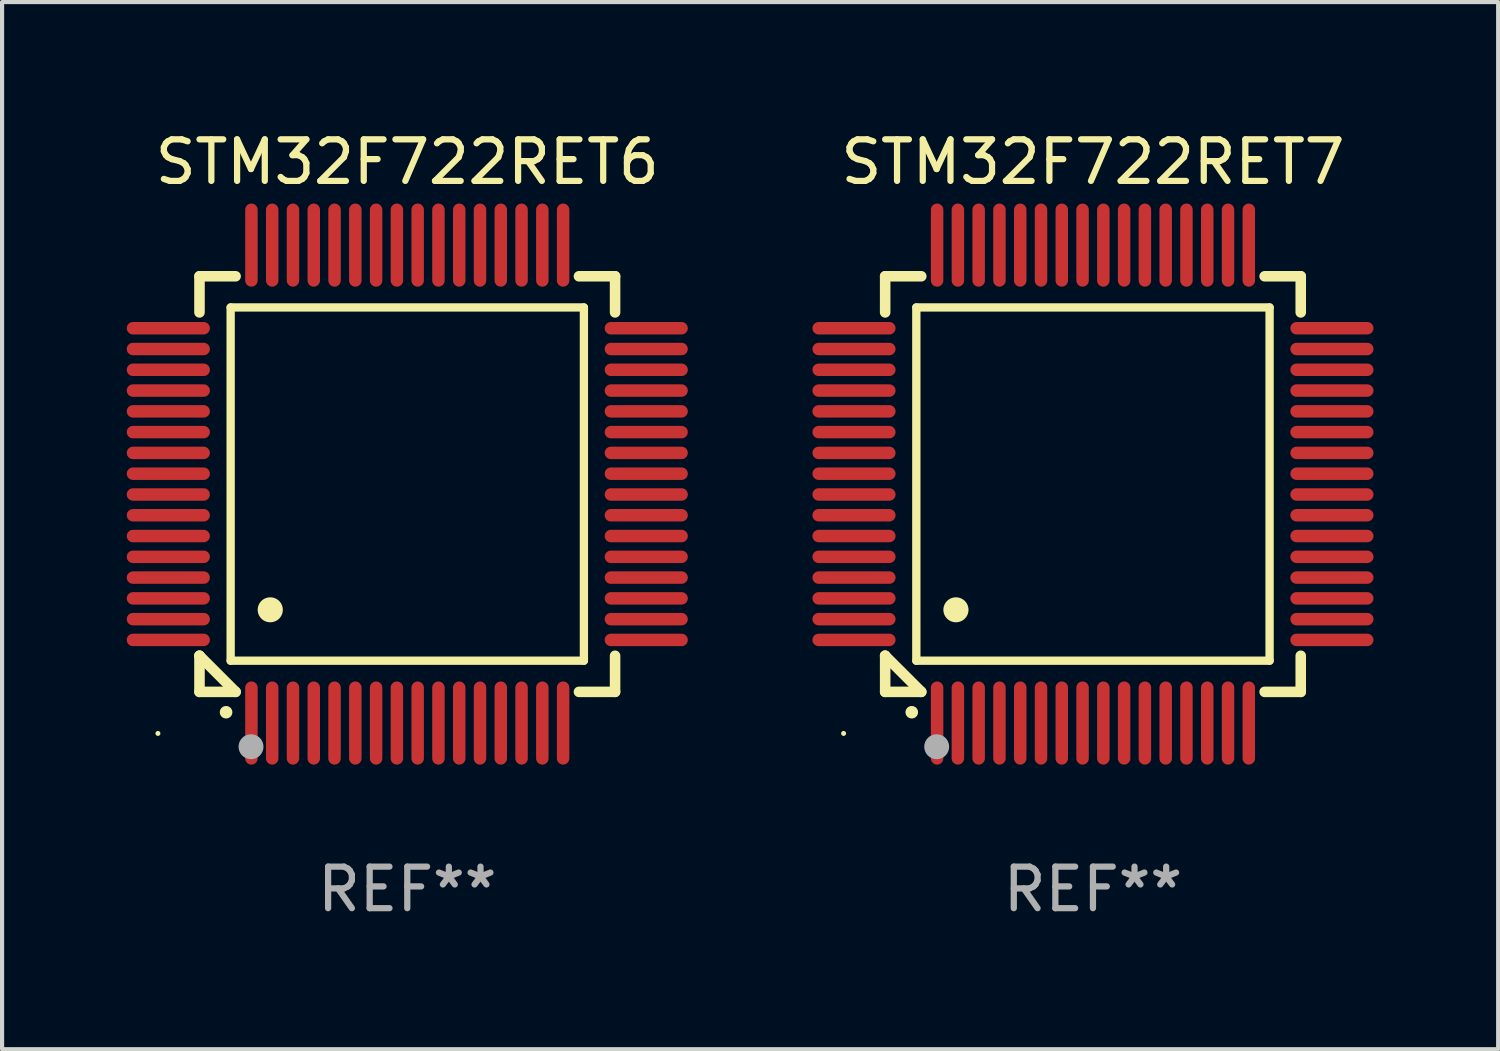
<source format=kicad_pcb>
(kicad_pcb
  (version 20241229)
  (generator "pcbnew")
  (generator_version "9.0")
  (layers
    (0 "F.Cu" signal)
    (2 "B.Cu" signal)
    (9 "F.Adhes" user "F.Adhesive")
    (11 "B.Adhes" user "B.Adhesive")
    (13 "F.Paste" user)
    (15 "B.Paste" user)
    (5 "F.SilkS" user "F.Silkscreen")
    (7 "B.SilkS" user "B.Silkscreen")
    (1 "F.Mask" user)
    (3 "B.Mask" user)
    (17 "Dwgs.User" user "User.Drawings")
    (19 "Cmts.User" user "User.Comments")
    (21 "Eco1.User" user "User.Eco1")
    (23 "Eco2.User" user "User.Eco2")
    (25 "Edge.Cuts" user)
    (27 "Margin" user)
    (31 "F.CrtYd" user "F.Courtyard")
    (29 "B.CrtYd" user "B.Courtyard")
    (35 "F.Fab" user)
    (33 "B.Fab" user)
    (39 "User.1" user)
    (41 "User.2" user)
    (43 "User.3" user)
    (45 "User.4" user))
  (footprint "STM32F722RET7"
    (layer "F.Cu")
    (at 23.249 8.598)
    (property "Reference" "STM32F722RET7" (at 0 -7.75 0) (layer "F.SilkS") (effects (font (size 1 1) (thickness 0.15))))
    (attr through_hole)
    (fp_line (start -5 -5) (end -4.131 -5) (stroke (width 0.254) (type solid)) (layer "F.SilkS"))
    (fp_line (start -5 -4.131) (end -5 -5) (stroke (width 0.254) (type solid)) (layer "F.SilkS"))
    (fp_line (start -5 4.131) (end -5 4.131) (stroke (width 0.254) (type solid)) (layer "F.SilkS"))
    (fp_line (start -5 5) (end -5 4.131) (stroke (width 0.254) (type solid)) (layer "F.SilkS"))
    (fp_line (start -5 4.131) (end -4.131 5) (stroke (width 0.254) (type solid)) (layer "F.SilkS"))
    (fp_line (start -4.25 -4.25) (end -4.25 4.25) (stroke (width 0.2) (type solid)) (layer "F.SilkS"))
    (fp_line (start -4.25 4.25) (end 4.25 4.25) (stroke (width 0.2) (type solid)) (layer "F.SilkS"))
    (fp_line (start -4.131 5) (end -5 5) (stroke (width 0.254) (type solid)) (layer "F.SilkS"))
    (fp_line (start 4.25 -4.25) (end -4.25 -4.25) (stroke (width 0.2) (type solid)) (layer "F.SilkS"))
    (fp_line (start 4.25 4.25) (end 4.25 -4.25) (stroke (width 0.2) (type solid)) (layer "F.SilkS"))
    (fp_line (start 5 -5) (end 4.131 -5) (stroke (width 0.254) (type solid)) (layer "F.SilkS"))
    (fp_line (start 5 -5) (end 5 -4.131) (stroke (width 0.254) (type solid)) (layer "F.SilkS"))
    (fp_line (start 5 4.131) (end 5 5) (stroke (width 0.254) (type solid)) (layer "F.SilkS"))
    (fp_line (start 5 5) (end 4.131 5) (stroke (width 0.254) (type solid)) (layer "F.SilkS"))
    (fp_arc (start -4.361265 5.489992) (mid -4.359995 5.489987) (end -4.358725 5.489992) (stroke (width 0.3) (type solid)) (layer "F.SilkS"))
    (fp_arc (start -3.299467 3.025146) (mid -3.296927 3.025135) (end -3.294387 3.025146) (stroke (width 0.6) (type solid)) (layer "F.SilkS"))
    (fp_circle (center -6 6) (end -5.97 6) (stroke (width 0.06) (type solid)) (fill no) (layer "F.SilkS"))
    (fp_circle (center -3.76 6.32) (end -3.61 6.32) (stroke (width 0.3) (type solid)) (fill no) (layer "F.Fab"))
    (fp_text user "REF**" (at 0 9.75 0) (layer "F.Fab") (effects (font (size 1 1) (thickness 0.15))))
    (pad "1" smd oval (at -3.75 5.75) (size 0.3 2) (layers "F.Cu" "F.Mask" "F.Paste"))
    (pad "2" smd oval (at -3.25 5.75) (size 0.3 2) (layers "F.Cu" "F.Mask" "F.Paste"))
    (pad "3" smd oval (at -2.75 5.75) (size 0.3 2) (layers "F.Cu" "F.Mask" "F.Paste"))
    (pad "4" smd oval (at -2.25 5.75) (size 0.3 2) (layers "F.Cu" "F.Mask" "F.Paste"))
    (pad "5" smd oval (at -1.75 5.75) (size 0.3 2) (layers "F.Cu" "F.Mask" "F.Paste"))
    (pad "6" smd oval (at -1.25 5.75) (size 0.3 2) (layers "F.Cu" "F.Mask" "F.Paste"))
    (pad "7" smd oval (at -0.75 5.75) (size 0.3 2) (layers "F.Cu" "F.Mask" "F.Paste"))
    (pad "8" smd oval (at -0.25 5.75) (size 0.3 2) (layers "F.Cu" "F.Mask" "F.Paste"))
    (pad "9" smd oval (at 0.25 5.75) (size 0.3 2) (layers "F.Cu" "F.Mask" "F.Paste"))
    (pad "10" smd oval (at 0.75 5.75) (size 0.3 2) (layers "F.Cu" "F.Mask" "F.Paste"))
    (pad "11" smd oval (at 1.25 5.75) (size 0.3 2) (layers "F.Cu" "F.Mask" "F.Paste"))
    (pad "12" smd oval (at 1.75 5.75) (size 0.3 2) (layers "F.Cu" "F.Mask" "F.Paste"))
    (pad "13" smd oval (at 2.25 5.75) (size 0.3 2) (layers "F.Cu" "F.Mask" "F.Paste"))
    (pad "14" smd oval (at 2.75 5.75) (size 0.3 2) (layers "F.Cu" "F.Mask" "F.Paste"))
    (pad "15" smd oval (at 3.25 5.75) (size 0.3 2) (layers "F.Cu" "F.Mask" "F.Paste"))
    (pad "16" smd oval (at 3.75 5.75) (size 0.3 2) (layers "F.Cu" "F.Mask" "F.Paste"))
    (pad "17" smd oval (at 5.75 3.75) (size 2 0.3) (layers "F.Cu" "F.Mask" "F.Paste"))
    (pad "18" smd oval (at 5.75 3.25) (size 2 0.3) (layers "F.Cu" "F.Mask" "F.Paste"))
    (pad "19" smd oval (at 5.75 2.75) (size 2 0.3) (layers "F.Cu" "F.Mask" "F.Paste"))
    (pad "20" smd oval (at 5.75 2.25) (size 2 0.3) (layers "F.Cu" "F.Mask" "F.Paste"))
    (pad "21" smd oval (at 5.75 1.75) (size 2 0.3) (layers "F.Cu" "F.Mask" "F.Paste"))
    (pad "22" smd oval (at 5.75 1.25) (size 2 0.3) (layers "F.Cu" "F.Mask" "F.Paste"))
    (pad "23" smd oval (at 5.75 0.75) (size 2 0.3) (layers "F.Cu" "F.Mask" "F.Paste"))
    (pad "24" smd oval (at 5.75 0.25) (size 2 0.3) (layers "F.Cu" "F.Mask" "F.Paste"))
    (pad "25" smd oval (at 5.75 -0.25) (size 2 0.3) (layers "F.Cu" "F.Mask" "F.Paste"))
    (pad "26" smd oval (at 5.75 -0.75) (size 2 0.3) (layers "F.Cu" "F.Mask" "F.Paste"))
    (pad "27" smd oval (at 5.75 -1.25) (size 2 0.3) (layers "F.Cu" "F.Mask" "F.Paste"))
    (pad "28" smd oval (at 5.75 -1.75) (size 2 0.3) (layers "F.Cu" "F.Mask" "F.Paste"))
    (pad "29" smd oval (at 5.75 -2.25) (size 2 0.3) (layers "F.Cu" "F.Mask" "F.Paste"))
    (pad "30" smd oval (at 5.75 -2.75) (size 2 0.3) (layers "F.Cu" "F.Mask" "F.Paste"))
    (pad "31" smd oval (at 5.75 -3.25) (size 2 0.3) (layers "F.Cu" "F.Mask" "F.Paste"))
    (pad "32" smd oval (at 5.75 -3.75) (size 2 0.3) (layers "F.Cu" "F.Mask" "F.Paste"))
    (pad "33" smd oval (at 3.75 -5.75) (size 0.3 2) (layers "F.Cu" "F.Mask" "F.Paste"))
    (pad "34" smd oval (at 3.25 -5.75) (size 0.3 2) (layers "F.Cu" "F.Mask" "F.Paste"))
    (pad "35" smd oval (at 2.75 -5.75) (size 0.3 2) (layers "F.Cu" "F.Mask" "F.Paste"))
    (pad "36" smd oval (at 2.25 -5.75) (size 0.3 2) (layers "F.Cu" "F.Mask" "F.Paste"))
    (pad "37" smd oval (at 1.75 -5.75) (size 0.3 2) (layers "F.Cu" "F.Mask" "F.Paste"))
    (pad "38" smd oval (at 1.25 -5.75) (size 0.3 2) (layers "F.Cu" "F.Mask" "F.Paste"))
    (pad "39" smd oval (at 0.75 -5.75) (size 0.3 2) (layers "F.Cu" "F.Mask" "F.Paste"))
    (pad "40" smd oval (at 0.25 -5.75) (size 0.3 2) (layers "F.Cu" "F.Mask" "F.Paste"))
    (pad "41" smd oval (at -0.25 -5.75) (size 0.3 2) (layers "F.Cu" "F.Mask" "F.Paste"))
    (pad "42" smd oval (at -0.75 -5.75) (size 0.3 2) (layers "F.Cu" "F.Mask" "F.Paste"))
    (pad "43" smd oval (at -1.25 -5.75) (size 0.3 2) (layers "F.Cu" "F.Mask" "F.Paste"))
    (pad "44" smd oval (at -1.75 -5.75) (size 0.3 2) (layers "F.Cu" "F.Mask" "F.Paste"))
    (pad "45" smd oval (at -2.25 -5.75) (size 0.3 2) (layers "F.Cu" "F.Mask" "F.Paste"))
    (pad "46" smd oval (at -2.75 -5.75) (size 0.3 2) (layers "F.Cu" "F.Mask" "F.Paste"))
    (pad "47" smd oval (at -3.25 -5.75) (size 0.3 2) (layers "F.Cu" "F.Mask" "F.Paste"))
    (pad "48" smd oval (at -3.75 -5.75) (size 0.3 2) (layers "F.Cu" "F.Mask" "F.Paste"))
    (pad "49" smd oval (at -5.75 -3.75) (size 2 0.3) (layers "F.Cu" "F.Mask" "F.Paste"))
    (pad "50" smd oval (at -5.75 -3.25) (size 2 0.3) (layers "F.Cu" "F.Mask" "F.Paste"))
    (pad "51" smd oval (at -5.75 -2.75) (size 2 0.3) (layers "F.Cu" "F.Mask" "F.Paste"))
    (pad "52" smd oval (at -5.75 -2.25) (size 2 0.3) (layers "F.Cu" "F.Mask" "F.Paste"))
    (pad "53" smd oval (at -5.75 -1.75) (size 2 0.3) (layers "F.Cu" "F.Mask" "F.Paste"))
    (pad "54" smd oval (at -5.75 -1.25) (size 2 0.3) (layers "F.Cu" "F.Mask" "F.Paste"))
    (pad "55" smd oval (at -5.75 -0.75) (size 2 0.3) (layers "F.Cu" "F.Mask" "F.Paste"))
    (pad "56" smd oval (at -5.75 -0.25) (size 2 0.3) (layers "F.Cu" "F.Mask" "F.Paste"))
    (pad "57" smd oval (at -5.75 0.25) (size 2 0.3) (layers "F.Cu" "F.Mask" "F.Paste"))
    (pad "58" smd oval (at -5.75 0.75) (size 2 0.3) (layers "F.Cu" "F.Mask" "F.Paste"))
    (pad "59" smd oval (at -5.75 1.25) (size 2 0.3) (layers "F.Cu" "F.Mask" "F.Paste"))
    (pad "60" smd oval (at -5.75 1.75) (size 2 0.3) (layers "F.Cu" "F.Mask" "F.Paste"))
    (pad "61" smd oval (at -5.75 2.25) (size 2 0.3) (layers "F.Cu" "F.Mask" "F.Paste"))
    (pad "62" smd oval (at -5.75 2.75) (size 2 0.3) (layers "F.Cu" "F.Mask" "F.Paste"))
    (pad "63" smd oval (at -5.75 3.25) (size 2 0.3) (layers "F.Cu" "F.Mask" "F.Paste"))
    (pad "64" smd oval (at -5.75 3.75) (size 2 0.3) (layers "F.Cu" "F.Mask" "F.Paste")))
  (footprint "STM32F722RET6"
    (layer "F.Cu")
    (at 6.75 8.598)
    (property "Reference" "STM32F722RET6" (at 0 -7.75 0) (layer "F.SilkS") (effects (font (size 1 1) (thickness 0.15))))
    (attr through_hole)
    (fp_line (start -5 -5) (end -4.131 -5) (stroke (width 0.254) (type solid)) (layer "F.SilkS"))
    (fp_line (start -5 -4.131) (end -5 -5) (stroke (width 0.254) (type solid)) (layer "F.SilkS"))
    (fp_line (start -5 4.131) (end -5 4.131) (stroke (width 0.254) (type solid)) (layer "F.SilkS"))
    (fp_line (start -5 5) (end -5 4.131) (stroke (width 0.254) (type solid)) (layer "F.SilkS"))
    (fp_line (start -5 4.131) (end -4.131 5) (stroke (width 0.254) (type solid)) (layer "F.SilkS"))
    (fp_line (start -4.25 -4.25) (end -4.25 4.25) (stroke (width 0.2) (type solid)) (layer "F.SilkS"))
    (fp_line (start -4.25 4.25) (end 4.25 4.25) (stroke (width 0.2) (type solid)) (layer "F.SilkS"))
    (fp_line (start -4.131 5) (end -5 5) (stroke (width 0.254) (type solid)) (layer "F.SilkS"))
    (fp_line (start 4.25 -4.25) (end -4.25 -4.25) (stroke (width 0.2) (type solid)) (layer "F.SilkS"))
    (fp_line (start 4.25 4.25) (end 4.25 -4.25) (stroke (width 0.2) (type solid)) (layer "F.SilkS"))
    (fp_line (start 5 -5) (end 4.131 -5) (stroke (width 0.254) (type solid)) (layer "F.SilkS"))
    (fp_line (start 5 -5) (end 5 -4.131) (stroke (width 0.254) (type solid)) (layer "F.SilkS"))
    (fp_line (start 5 4.131) (end 5 5) (stroke (width 0.254) (type solid)) (layer "F.SilkS"))
    (fp_line (start 5 5) (end 4.131 5) (stroke (width 0.254) (type solid)) (layer "F.SilkS"))
    (fp_arc (start -4.361265 5.489992) (mid -4.359995 5.489987) (end -4.358725 5.489992) (stroke (width 0.3) (type solid)) (layer "F.SilkS"))
    (fp_arc (start -3.299467 3.025146) (mid -3.296927 3.025135) (end -3.294387 3.025146) (stroke (width 0.6) (type solid)) (layer "F.SilkS"))
    (fp_circle (center -6 6) (end -5.97 6) (stroke (width 0.06) (type solid)) (fill no) (layer "F.SilkS"))
    (fp_circle (center -3.76 6.32) (end -3.61 6.32) (stroke (width 0.3) (type solid)) (fill no) (layer "F.Fab"))
    (fp_text user "REF**" (at 0 9.75 0) (layer "F.Fab") (effects (font (size 1 1) (thickness 0.15))))
    (pad "1" smd oval (at -3.75 5.75) (size 0.3 2) (layers "F.Cu" "F.Mask" "F.Paste"))
    (pad "2" smd oval (at -3.25 5.75) (size 0.3 2) (layers "F.Cu" "F.Mask" "F.Paste"))
    (pad "3" smd oval (at -2.75 5.75) (size 0.3 2) (layers "F.Cu" "F.Mask" "F.Paste"))
    (pad "4" smd oval (at -2.25 5.75) (size 0.3 2) (layers "F.Cu" "F.Mask" "F.Paste"))
    (pad "5" smd oval (at -1.75 5.75) (size 0.3 2) (layers "F.Cu" "F.Mask" "F.Paste"))
    (pad "6" smd oval (at -1.25 5.75) (size 0.3 2) (layers "F.Cu" "F.Mask" "F.Paste"))
    (pad "7" smd oval (at -0.75 5.75) (size 0.3 2) (layers "F.Cu" "F.Mask" "F.Paste"))
    (pad "8" smd oval (at -0.25 5.75) (size 0.3 2) (layers "F.Cu" "F.Mask" "F.Paste"))
    (pad "9" smd oval (at 0.25 5.75) (size 0.3 2) (layers "F.Cu" "F.Mask" "F.Paste"))
    (pad "10" smd oval (at 0.75 5.75) (size 0.3 2) (layers "F.Cu" "F.Mask" "F.Paste"))
    (pad "11" smd oval (at 1.25 5.75) (size 0.3 2) (layers "F.Cu" "F.Mask" "F.Paste"))
    (pad "12" smd oval (at 1.75 5.75) (size 0.3 2) (layers "F.Cu" "F.Mask" "F.Paste"))
    (pad "13" smd oval (at 2.25 5.75) (size 0.3 2) (layers "F.Cu" "F.Mask" "F.Paste"))
    (pad "14" smd oval (at 2.75 5.75) (size 0.3 2) (layers "F.Cu" "F.Mask" "F.Paste"))
    (pad "15" smd oval (at 3.25 5.75) (size 0.3 2) (layers "F.Cu" "F.Mask" "F.Paste"))
    (pad "16" smd oval (at 3.75 5.75) (size 0.3 2) (layers "F.Cu" "F.Mask" "F.Paste"))
    (pad "17" smd oval (at 5.75 3.75) (size 2 0.3) (layers "F.Cu" "F.Mask" "F.Paste"))
    (pad "18" smd oval (at 5.75 3.25) (size 2 0.3) (layers "F.Cu" "F.Mask" "F.Paste"))
    (pad "19" smd oval (at 5.75 2.75) (size 2 0.3) (layers "F.Cu" "F.Mask" "F.Paste"))
    (pad "20" smd oval (at 5.75 2.25) (size 2 0.3) (layers "F.Cu" "F.Mask" "F.Paste"))
    (pad "21" smd oval (at 5.75 1.75) (size 2 0.3) (layers "F.Cu" "F.Mask" "F.Paste"))
    (pad "22" smd oval (at 5.75 1.25) (size 2 0.3) (layers "F.Cu" "F.Mask" "F.Paste"))
    (pad "23" smd oval (at 5.75 0.75) (size 2 0.3) (layers "F.Cu" "F.Mask" "F.Paste"))
    (pad "24" smd oval (at 5.75 0.25) (size 2 0.3) (layers "F.Cu" "F.Mask" "F.Paste"))
    (pad "25" smd oval (at 5.75 -0.25) (size 2 0.3) (layers "F.Cu" "F.Mask" "F.Paste"))
    (pad "26" smd oval (at 5.75 -0.75) (size 2 0.3) (layers "F.Cu" "F.Mask" "F.Paste"))
    (pad "27" smd oval (at 5.75 -1.25) (size 2 0.3) (layers "F.Cu" "F.Mask" "F.Paste"))
    (pad "28" smd oval (at 5.75 -1.75) (size 2 0.3) (layers "F.Cu" "F.Mask" "F.Paste"))
    (pad "29" smd oval (at 5.75 -2.25) (size 2 0.3) (layers "F.Cu" "F.Mask" "F.Paste"))
    (pad "30" smd oval (at 5.75 -2.75) (size 2 0.3) (layers "F.Cu" "F.Mask" "F.Paste"))
    (pad "31" smd oval (at 5.75 -3.25) (size 2 0.3) (layers "F.Cu" "F.Mask" "F.Paste"))
    (pad "32" smd oval (at 5.75 -3.75) (size 2 0.3) (layers "F.Cu" "F.Mask" "F.Paste"))
    (pad "33" smd oval (at 3.75 -5.75) (size 0.3 2) (layers "F.Cu" "F.Mask" "F.Paste"))
    (pad "34" smd oval (at 3.25 -5.75) (size 0.3 2) (layers "F.Cu" "F.Mask" "F.Paste"))
    (pad "35" smd oval (at 2.75 -5.75) (size 0.3 2) (layers "F.Cu" "F.Mask" "F.Paste"))
    (pad "36" smd oval (at 2.25 -5.75) (size 0.3 2) (layers "F.Cu" "F.Mask" "F.Paste"))
    (pad "37" smd oval (at 1.75 -5.75) (size 0.3 2) (layers "F.Cu" "F.Mask" "F.Paste"))
    (pad "38" smd oval (at 1.25 -5.75) (size 0.3 2) (layers "F.Cu" "F.Mask" "F.Paste"))
    (pad "39" smd oval (at 0.75 -5.75) (size 0.3 2) (layers "F.Cu" "F.Mask" "F.Paste"))
    (pad "40" smd oval (at 0.25 -5.75) (size 0.3 2) (layers "F.Cu" "F.Mask" "F.Paste"))
    (pad "41" smd oval (at -0.25 -5.75) (size 0.3 2) (layers "F.Cu" "F.Mask" "F.Paste"))
    (pad "42" smd oval (at -0.75 -5.75) (size 0.3 2) (layers "F.Cu" "F.Mask" "F.Paste"))
    (pad "43" smd oval (at -1.25 -5.75) (size 0.3 2) (layers "F.Cu" "F.Mask" "F.Paste"))
    (pad "44" smd oval (at -1.75 -5.75) (size 0.3 2) (layers "F.Cu" "F.Mask" "F.Paste"))
    (pad "45" smd oval (at -2.25 -5.75) (size 0.3 2) (layers "F.Cu" "F.Mask" "F.Paste"))
    (pad "46" smd oval (at -2.75 -5.75) (size 0.3 2) (layers "F.Cu" "F.Mask" "F.Paste"))
    (pad "47" smd oval (at -3.25 -5.75) (size 0.3 2) (layers "F.Cu" "F.Mask" "F.Paste"))
    (pad "48" smd oval (at -3.75 -5.75) (size 0.3 2) (layers "F.Cu" "F.Mask" "F.Paste"))
    (pad "49" smd oval (at -5.75 -3.75) (size 2 0.3) (layers "F.Cu" "F.Mask" "F.Paste"))
    (pad "50" smd oval (at -5.75 -3.25) (size 2 0.3) (layers "F.Cu" "F.Mask" "F.Paste"))
    (pad "51" smd oval (at -5.75 -2.75) (size 2 0.3) (layers "F.Cu" "F.Mask" "F.Paste"))
    (pad "52" smd oval (at -5.75 -2.25) (size 2 0.3) (layers "F.Cu" "F.Mask" "F.Paste"))
    (pad "53" smd oval (at -5.75 -1.75) (size 2 0.3) (layers "F.Cu" "F.Mask" "F.Paste"))
    (pad "54" smd oval (at -5.75 -1.25) (size 2 0.3) (layers "F.Cu" "F.Mask" "F.Paste"))
    (pad "55" smd oval (at -5.75 -0.75) (size 2 0.3) (layers "F.Cu" "F.Mask" "F.Paste"))
    (pad "56" smd oval (at -5.75 -0.25) (size 2 0.3) (layers "F.Cu" "F.Mask" "F.Paste"))
    (pad "57" smd oval (at -5.75 0.25) (size 2 0.3) (layers "F.Cu" "F.Mask" "F.Paste"))
    (pad "58" smd oval (at -5.75 0.75) (size 2 0.3) (layers "F.Cu" "F.Mask" "F.Paste"))
    (pad "59" smd oval (at -5.75 1.25) (size 2 0.3) (layers "F.Cu" "F.Mask" "F.Paste"))
    (pad "60" smd oval (at -5.75 1.75) (size 2 0.3) (layers "F.Cu" "F.Mask" "F.Paste"))
    (pad "61" smd oval (at -5.75 2.25) (size 2 0.3) (layers "F.Cu" "F.Mask" "F.Paste"))
    (pad "62" smd oval (at -5.75 2.75) (size 2 0.3) (layers "F.Cu" "F.Mask" "F.Paste"))
    (pad "63" smd oval (at -5.75 3.25) (size 2 0.3) (layers "F.Cu" "F.Mask" "F.Paste"))
    (pad "64" smd oval (at -5.75 3.75) (size 2 0.3) (layers "F.Cu" "F.Mask" "F.Paste")))
  (gr_rect
    (start -3 -3)
    (end 32.999 22.196)
    (stroke (width 0.1) (type default))
    (fill no)
    (layer "Edge.Cuts")))
</source>
